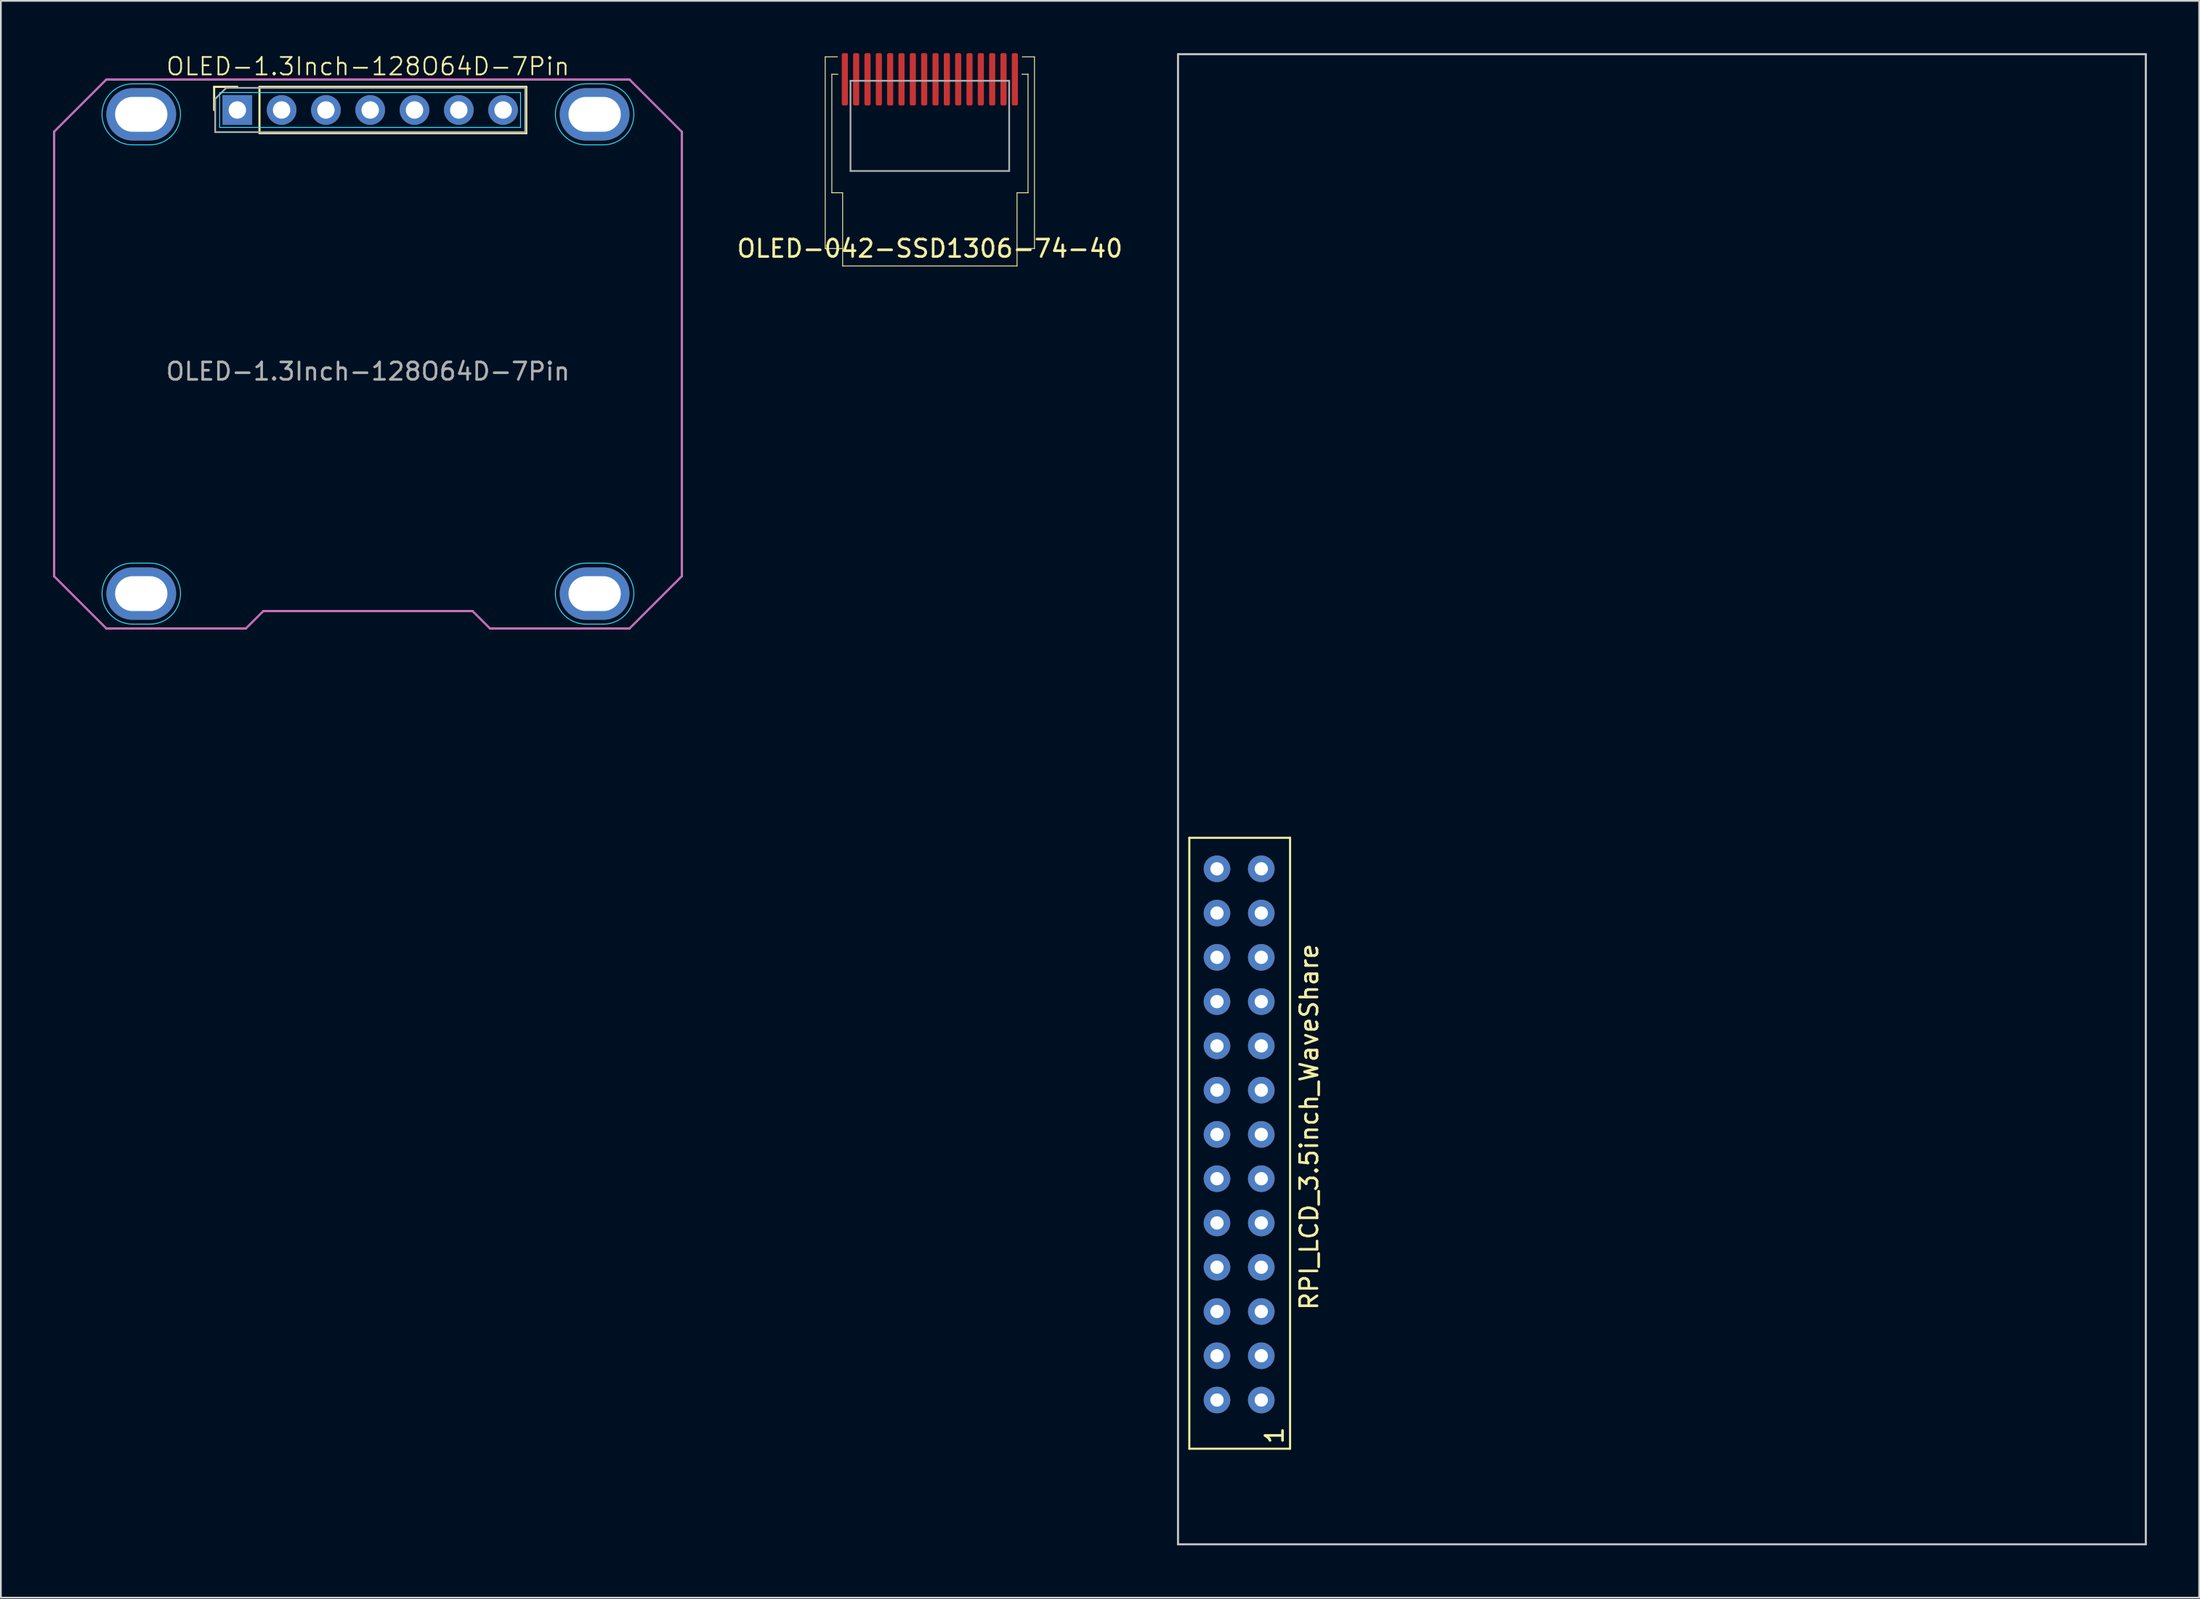
<source format=kicad_pcb>
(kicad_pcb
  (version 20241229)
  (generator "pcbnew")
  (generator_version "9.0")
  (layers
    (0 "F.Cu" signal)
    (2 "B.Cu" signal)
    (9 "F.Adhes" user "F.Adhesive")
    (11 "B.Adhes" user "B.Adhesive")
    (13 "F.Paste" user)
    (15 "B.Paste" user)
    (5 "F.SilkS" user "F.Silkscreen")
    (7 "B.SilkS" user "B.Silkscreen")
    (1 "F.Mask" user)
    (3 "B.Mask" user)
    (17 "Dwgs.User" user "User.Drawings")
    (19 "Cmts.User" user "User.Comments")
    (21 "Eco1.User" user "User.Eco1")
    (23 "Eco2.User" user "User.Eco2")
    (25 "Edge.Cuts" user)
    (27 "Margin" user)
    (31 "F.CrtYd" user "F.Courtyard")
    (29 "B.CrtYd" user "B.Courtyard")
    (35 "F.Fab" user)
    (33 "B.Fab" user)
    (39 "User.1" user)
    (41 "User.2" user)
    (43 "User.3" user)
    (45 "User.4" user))
  (footprint "OLED-042-SSD1306-74-40"
    (layer "F.Cu")
    (at 50.273 1.21)
    (property "Reference" "OLED-042-SSD1306-74-40" (at 0 10 0) (unlocked yes) (layer "F.SilkS") (effects (font (size 1 1) (thickness 0.15))))
    (attr smd)
    (fp_line (start -6 -1) (end -6 10) (stroke (width 0.05) (type solid)) (layer "F.SilkS"))
    (fp_line (start -6 -1) (end -5.3 -1) (stroke (width 0.05) (type solid)) (layer "F.SilkS"))
    (fp_line (start -5.62 0) (end -5.62 6.8) (stroke (width 0.05) (type solid)) (layer "F.SilkS"))
    (fp_line (start -5.62 6.8) (end -5 6.8) (stroke (width 0.05) (type solid)) (layer "F.SilkS"))
    (fp_line (start -5.27 0) (end -5.62 0) (stroke (width 0.05) (type solid)) (layer "F.SilkS"))
    (fp_line (start -5 6.8) (end -5 11) (stroke (width 0.05) (type solid)) (layer "F.SilkS"))
    (fp_line (start -5 10) (end -6 10) (stroke (width 0.05) (type solid)) (layer "F.SilkS"))
    (fp_line (start -5 11) (end 5 11) (stroke (width 0.05) (type solid)) (layer "F.SilkS"))
    (fp_line (start 5 11) (end 5 6.8) (stroke (width 0.05) (type solid)) (layer "F.SilkS"))
    (fp_line (start 5.28 0) (end 5.63 0) (stroke (width 0.05) (type solid)) (layer "F.SilkS"))
    (fp_line (start 5.63 -0.01) (end 5.63 6.79) (stroke (width 0.05) (type solid)) (layer "F.SilkS"))
    (fp_line (start 5.64 6.8) (end 5 6.8) (stroke (width 0.05) (type solid)) (layer "F.SilkS"))
    (fp_line (start 6 -1) (end 5.3 -1) (stroke (width 0.05) (type solid)) (layer "F.SilkS"))
    (fp_line (start 6 -1) (end 6 10) (stroke (width 0.05) (type solid)) (layer "F.SilkS"))
    (fp_line (start 6 10) (end 5 10) (stroke (width 0.05) (type solid)) (layer "F.SilkS"))
    (fp_line (start -4.55 0.375) (end -4.55 5.55) (stroke (width 0.1) (type solid)) (layer "F.Fab"))
    (fp_line (start -4.55 5.55) (end 4.55 5.55) (stroke (width 0.1) (type solid)) (layer "F.Fab"))
    (fp_line (start 0 0.375) (end -4.55 0.375) (stroke (width 0.1) (type solid)) (layer "F.Fab"))
    (fp_line (start 4.55 0.375) (end 0 0.375) (stroke (width 0.1) (type solid)) (layer "F.Fab"))
    (fp_line (start 4.55 5.55) (end 4.55 0.375) (stroke (width 0.1) (type solid)) (layer "F.Fab"))
    (pad "1" smd roundrect (at -4.875 0.29 90) (size 3 0.35) (layers "F.Cu" "F.Mask" "F.Paste") (roundrect_rratio 0.25))
    (pad "2" smd roundrect (at -4.225 0.29 90) (size 3 0.35) (layers "F.Cu" "F.Mask" "F.Paste") (roundrect_rratio 0.25))
    (pad "3" smd roundrect (at -3.575 0.29 90) (size 3 0.35) (layers "F.Cu" "F.Mask" "F.Paste") (roundrect_rratio 0.25))
    (pad "4" smd roundrect (at -2.925 0.29 90) (size 3 0.35) (layers "F.Cu" "F.Mask" "F.Paste") (roundrect_rratio 0.25))
    (pad "5" smd roundrect (at -2.275 0.29 90) (size 3 0.35) (layers "F.Cu" "F.Mask" "F.Paste") (roundrect_rratio 0.25))
    (pad "6" smd roundrect (at -1.625 0.29 90) (size 3 0.35) (layers "F.Cu" "F.Mask" "F.Paste") (roundrect_rratio 0.25))
    (pad "7" smd roundrect (at -0.975 0.29 90) (size 3 0.35) (layers "F.Cu" "F.Mask" "F.Paste") (roundrect_rratio 0.25))
    (pad "8" smd roundrect (at -0.325 0.29 90) (size 3 0.35) (layers "F.Cu" "F.Mask" "F.Paste") (roundrect_rratio 0.25))
    (pad "9" smd roundrect (at 0.325 0.29 90) (size 3 0.35) (layers "F.Cu" "F.Mask" "F.Paste") (roundrect_rratio 0.25))
    (pad "10" smd roundrect (at 0.975 0.29 90) (size 3 0.35) (layers "F.Cu" "F.Mask" "F.Paste") (roundrect_rratio 0.25))
    (pad "11" smd roundrect (at 1.625 0.29 90) (size 3 0.35) (layers "F.Cu" "F.Mask" "F.Paste") (roundrect_rratio 0.25))
    (pad "12" smd roundrect (at 2.275 0.29 90) (size 3 0.35) (layers "F.Cu" "F.Mask" "F.Paste") (roundrect_rratio 0.25))
    (pad "13" smd roundrect (at 2.925 0.29 90) (size 3 0.35) (layers "F.Cu" "F.Mask" "F.Paste") (roundrect_rratio 0.25))
    (pad "14" smd roundrect (at 3.575 0.29 90) (size 3 0.35) (layers "F.Cu" "F.Mask" "F.Paste") (roundrect_rratio 0.25))
    (pad "15" smd roundrect (at 4.225 0.29 90) (size 3 0.35) (layers "F.Cu" "F.Mask" "F.Paste") (roundrect_rratio 0.25))
    (pad "16" smd roundrect (at 4.875 0.29 90) (size 3 0.35) (layers "F.Cu" "F.Mask" "F.Paste") (roundrect_rratio 0.25)))
  (footprint "RPI_LCD_3.5inch_WaveShare"
    (layer "F.Cu")
    (at 66.74 77.28)
    (property "Reference" "RPI_LCD_3.5inch_WaveShare" (at 5.283 -15.672 90) (layer "F.SilkS") (effects (font (size 1 1) (thickness 0.15))))
    (attr through_hole)
    (fp_line (start -1.587 -32.258) (end -1.587 2.794) (stroke (width 0.12) (type solid)) (layer "F.SilkS"))
    (fp_line (start -1.587 2.794) (end 4.191 2.794) (stroke (width 0.12) (type solid)) (layer "F.SilkS"))
    (fp_line (start 4.191 -32.258) (end -1.587 -32.258) (stroke (width 0.12) (type solid)) (layer "F.SilkS"))
    (fp_line (start 4.191 2.794) (end 4.191 -32.258) (stroke (width 0.12) (type solid)) (layer "F.SilkS"))
    (fp_line (start -2.235 -77.22) (end -2.235 8.28) (stroke (width 0.12) (type solid)) (layer "Dwgs.User"))
    (fp_line (start -2.235 8.28) (end 53.265 8.28) (stroke (width 0.12) (type solid)) (layer "Dwgs.User"))
    (fp_line (start 53.265 -77.22) (end -2.235 -77.22) (stroke (width 0.12) (type solid)) (layer "Dwgs.User"))
    (fp_line (start 53.265 8.28) (end 53.265 -77.22) (stroke (width 0.12) (type solid)) (layer "Dwgs.User"))
    (fp_text user "1" (at 3.302 2.032 90) (layer "F.SilkS") (effects (font (size 1 1) (thickness 0.15))))
    (pad "1" thru_hole circle (at 2.54 0) (size 1.524 1.524) (drill 0.762) (layers "*.Cu" "*.Mask"))
    (pad "2" thru_hole circle (at 0 0) (size 1.524 1.524) (drill 0.762) (layers "*.Cu" "*.Mask"))
    (pad "3" thru_hole circle (at 2.54 -2.54) (size 1.524 1.524) (drill 0.762) (layers "*.Cu" "*.Mask"))
    (pad "4" thru_hole circle (at 0 -2.54) (size 1.524 1.524) (drill 0.762) (layers "*.Cu" "*.Mask"))
    (pad "5" thru_hole circle (at 2.54 -5.08) (size 1.524 1.524) (drill 0.762) (layers "*.Cu" "*.Mask"))
    (pad "6" thru_hole circle (at 0 -5.08) (size 1.524 1.524) (drill 0.762) (layers "*.Cu" "*.Mask"))
    (pad "7" thru_hole circle (at 2.54 -7.62) (size 1.524 1.524) (drill 0.762) (layers "*.Cu" "*.Mask"))
    (pad "8" thru_hole circle (at 0 -7.62) (size 1.524 1.524) (drill 0.762) (layers "*.Cu" "*.Mask"))
    (pad "9" thru_hole circle (at 2.54 -10.16) (size 1.524 1.524) (drill 0.762) (layers "*.Cu" "*.Mask"))
    (pad "10" thru_hole circle (at 0 -10.16) (size 1.524 1.524) (drill 0.762) (layers "*.Cu" "*.Mask"))
    (pad "11" thru_hole circle (at 2.54 -12.7) (size 1.524 1.524) (drill 0.762) (layers "*.Cu" "*.Mask"))
    (pad "12" thru_hole circle (at 0 -12.7) (size 1.524 1.524) (drill 0.762) (layers "*.Cu" "*.Mask"))
    (pad "13" thru_hole circle (at 2.54 -15.24) (size 1.524 1.524) (drill 0.762) (layers "*.Cu" "*.Mask"))
    (pad "14" thru_hole circle (at 0 -15.24) (size 1.524 1.524) (drill 0.762) (layers "*.Cu" "*.Mask"))
    (pad "15" thru_hole circle (at 2.54 -17.78) (size 1.524 1.524) (drill 0.762) (layers "*.Cu" "*.Mask"))
    (pad "16" thru_hole circle (at 0 -17.78) (size 1.524 1.524) (drill 0.762) (layers "*.Cu" "*.Mask"))
    (pad "17" thru_hole circle (at 2.54 -20.32) (size 1.524 1.524) (drill 0.762) (layers "*.Cu" "*.Mask"))
    (pad "18" thru_hole circle (at 0 -20.32) (size 1.524 1.524) (drill 0.762) (layers "*.Cu" "*.Mask"))
    (pad "19" thru_hole circle (at 2.54 -22.86) (size 1.524 1.524) (drill 0.762) (layers "*.Cu" "*.Mask"))
    (pad "20" thru_hole circle (at 0 -22.86) (size 1.524 1.524) (drill 0.762) (layers "*.Cu" "*.Mask"))
    (pad "21" thru_hole circle (at 2.54 -25.4) (size 1.524 1.524) (drill 0.762) (layers "*.Cu" "*.Mask"))
    (pad "22" thru_hole circle (at 0 -25.4) (size 1.524 1.524) (drill 0.762) (layers "*.Cu" "*.Mask"))
    (pad "23" thru_hole circle (at 2.54 -27.94) (size 1.524 1.524) (drill 0.762) (layers "*.Cu" "*.Mask"))
    (pad "24" thru_hole circle (at 0 -27.94) (size 1.524 1.524) (drill 0.762) (layers "*.Cu" "*.Mask"))
    (pad "25" thru_hole circle (at 2.54 -30.48) (size 1.524 1.524) (drill 0.762) (layers "*.Cu" "*.Mask"))
    (pad "26" thru_hole circle (at 0 -30.48) (size 1.524 1.524) (drill 0.762) (layers "*.Cu" "*.Mask")))
  (footprint "OLED-1.3Inch-128O64D-7Pin"
    (layer "F.Cu")
    (at 18.05 17.261)
    (property "Reference" "OLED-1.3Inch-128O64D-7Pin" (at 0 -16.5 0) (unlocked yes) (layer "F.SilkS") (effects (font (size 1 1) (thickness 0.1))))
    (attr through_hole)
    (fp_line (start -18 -12.75) (end -18 12.75) (stroke (width 0.1) (type default)) (layer "F.SilkS"))
    (fp_line (start -18 12.75) (end -15 15.75) (stroke (width 0.1) (type default)) (layer "F.SilkS"))
    (fp_line (start -15 -15.75) (end -18 -12.75) (stroke (width 0.1) (type default)) (layer "F.SilkS"))
    (fp_line (start -15 15.75) (end -7 15.75) (stroke (width 0.1) (type default)) (layer "F.SilkS"))
    (fp_line (start -8.82 -15.33) (end -7.49 -15.33) (stroke (width 0.12) (type solid)) (layer "F.SilkS"))
    (fp_line (start -8.82 -14) (end -8.82 -15.33) (stroke (width 0.12) (type solid)) (layer "F.SilkS"))
    (fp_line (start -7 15.75) (end -6 14.75) (stroke (width 0.1) (type default)) (layer "F.SilkS"))
    (fp_line (start -6.22 -15.33) (end 9.08 -15.33) (stroke (width 0.12) (type solid)) (layer "F.SilkS"))
    (fp_line (start -6.22 -12.67) (end -6.22 -15.33) (stroke (width 0.12) (type solid)) (layer "F.SilkS"))
    (fp_line (start -6.22 -12.67) (end 9.08 -12.67) (stroke (width 0.12) (type solid)) (layer "F.SilkS"))
    (fp_line (start -6 14.75) (end 6 14.75) (stroke (width 0.1) (type default)) (layer "F.SilkS"))
    (fp_line (start 6 14.75) (end 7 15.75) (stroke (width 0.1) (type default)) (layer "F.SilkS"))
    (fp_line (start 7 15.75) (end 15 15.75) (stroke (width 0.1) (type default)) (layer "F.SilkS"))
    (fp_line (start 9.08 -12.67) (end 9.08 -15.33) (stroke (width 0.12) (type solid)) (layer "F.SilkS"))
    (fp_line (start 15 -15.75) (end -15 -15.75) (stroke (width 0.1) (type default)) (layer "F.SilkS"))
    (fp_line (start 15 15.75) (end 18 12.75) (stroke (width 0.1) (type default)) (layer "F.SilkS"))
    (fp_line (start 18 -12.75) (end 15 -15.75) (stroke (width 0.1) (type default)) (layer "F.SilkS"))
    (fp_line (start 18 12.75) (end 18 -12.75) (stroke (width 0.1) (type default)) (layer "F.SilkS"))
    (fp_line (start -13.5 -15.5) (end -12.5 -15.5) (stroke (width 0.05) (type default)) (layer "B.CrtYd"))
    (fp_line (start -13.5 -12) (end -12.5 -12) (stroke (width 0.05) (type default)) (layer "B.CrtYd"))
    (fp_line (start -13.5 12) (end -12.5 12) (stroke (width 0.05) (type default)) (layer "B.CrtYd"))
    (fp_line (start -13.5 15.5) (end -12.5 15.5) (stroke (width 0.05) (type default)) (layer "B.CrtYd"))
    (fp_line (start -8.5 -15) (end -8.5 -13) (stroke (width 0.05) (type default)) (layer "B.CrtYd"))
    (fp_line (start -8.5 -13) (end 8.75 -13) (stroke (width 0.05) (type default)) (layer "B.CrtYd"))
    (fp_line (start 8.75 -15) (end -8.5 -15) (stroke (width 0.05) (type default)) (layer "B.CrtYd"))
    (fp_line (start 8.75 -13) (end 8.75 -15) (stroke (width 0.05) (type default)) (layer "B.CrtYd"))
    (fp_line (start 12.5 -15.5) (end 13.5 -15.5) (stroke (width 0.05) (type default)) (layer "B.CrtYd"))
    (fp_line (start 12.5 -12) (end 13.5 -12) (stroke (width 0.05) (type default)) (layer "B.CrtYd"))
    (fp_line (start 12.5 12) (end 13.5 12) (stroke (width 0.05) (type default)) (layer "B.CrtYd"))
    (fp_line (start 12.5 15.5) (end 13.5 15.5) (stroke (width 0.05) (type default)) (layer "B.CrtYd"))
    (fp_arc (start -13.5 -12) (mid -15.25 -13.75) (end -13.5 -15.5) (stroke (width 0.05) (type default)) (layer "B.CrtYd"))
    (fp_arc (start -13.5 15.5) (mid -15.25 13.75) (end -13.5 12) (stroke (width 0.05) (type default)) (layer "B.CrtYd"))
    (fp_arc (start -12.5 -15.5) (mid -10.75 -13.75) (end -12.5 -12) (stroke (width 0.05) (type default)) (layer "B.CrtYd"))
    (fp_arc (start -12.5 12) (mid -10.75 13.75) (end -12.5 15.5) (stroke (width 0.05) (type default)) (layer "B.CrtYd"))
    (fp_arc (start 12.5 -12) (mid 10.75 -13.75) (end 12.5 -15.5) (stroke (width 0.05) (type default)) (layer "B.CrtYd"))
    (fp_arc (start 12.5 15.5) (mid 10.75 13.75) (end 12.5 12) (stroke (width 0.05) (type default)) (layer "B.CrtYd"))
    (fp_arc (start 13.5 -15.5) (mid 15.25 -13.75) (end 13.5 -12) (stroke (width 0.05) (type default)) (layer "B.CrtYd"))
    (fp_arc (start 13.5 12) (mid 15.25 13.75) (end 13.5 15.5) (stroke (width 0.05) (type default)) (layer "B.CrtYd"))
    (fp_line (start -18 -12.75) (end -15 -15.75) (stroke (width 0.05) (type default)) (layer "F.CrtYd"))
    (fp_line (start -18 12.75) (end -18 -12.75) (stroke (width 0.05) (type default)) (layer "F.CrtYd"))
    (fp_line (start -15 -15.75) (end 15 -15.75) (stroke (width 0.05) (type default)) (layer "F.CrtYd"))
    (fp_line (start -15 15.75) (end -18 12.75) (stroke (width 0.05) (type default)) (layer "F.CrtYd"))
    (fp_line (start -15 15.75) (end -7 15.75) (stroke (width 0.05) (type default)) (layer "F.CrtYd"))
    (fp_line (start -7 15.75) (end -6 14.75) (stroke (width 0.05) (type default)) (layer "F.CrtYd"))
    (fp_line (start -6 14.75) (end 6 14.75) (stroke (width 0.05) (type default)) (layer "F.CrtYd"))
    (fp_line (start 6 14.75) (end 7 15.75) (stroke (width 0.05) (type default)) (layer "F.CrtYd"))
    (fp_line (start 7 15.75) (end 15 15.75) (stroke (width 0.05) (type default)) (layer "F.CrtYd"))
    (fp_line (start 15 -15.75) (end 18 -12.75) (stroke (width 0.05) (type default)) (layer "F.CrtYd"))
    (fp_line (start 18 -12.75) (end 18 12.75) (stroke (width 0.05) (type default)) (layer "F.CrtYd"))
    (fp_line (start 18 12.75) (end 15 15.75) (stroke (width 0.05) (type default)) (layer "F.CrtYd"))
    (fp_line (start -18 -12.75) (end -18 12.75) (stroke (width 0.1) (type default)) (layer "F.Fab"))
    (fp_line (start -18 12.75) (end -15 15.75) (stroke (width 0.1) (type default)) (layer "F.Fab"))
    (fp_line (start -15 -15.75) (end -18 -12.75) (stroke (width 0.1) (type default)) (layer "F.Fab"))
    (fp_line (start -15 15.75) (end -7 15.75) (stroke (width 0.1) (type default)) (layer "F.Fab"))
    (fp_line (start -8.76 -14.635) (end -8.125 -15.27) (stroke (width 0.1) (type solid)) (layer "F.Fab"))
    (fp_line (start -8.76 -12.73) (end -8.76 -14.635) (stroke (width 0.1) (type solid)) (layer "F.Fab"))
    (fp_line (start -8.125 -15.27) (end 9.02 -15.27) (stroke (width 0.1) (type solid)) (layer "F.Fab"))
    (fp_line (start -7 15.75) (end -6 14.75) (stroke (width 0.1) (type default)) (layer "F.Fab"))
    (fp_line (start -6 14.75) (end 6 14.75) (stroke (width 0.1) (type default)) (layer "F.Fab"))
    (fp_line (start 6 14.75) (end 7 15.75) (stroke (width 0.1) (type default)) (layer "F.Fab"))
    (fp_line (start 7 15.75) (end 15 15.75) (stroke (width 0.1) (type default)) (layer "F.Fab"))
    (fp_line (start 9.02 -15.27) (end 9.02 -12.73) (stroke (width 0.1) (type solid)) (layer "F.Fab"))
    (fp_line (start 9.02 -12.73) (end -8.76 -12.73) (stroke (width 0.1) (type solid)) (layer "F.Fab"))
    (fp_line (start 15 -15.75) (end -15 -15.75) (stroke (width 0.1) (type default)) (layer "F.Fab"))
    (fp_line (start 15 15.75) (end 18 12.75) (stroke (width 0.1) (type default)) (layer "F.Fab"))
    (fp_line (start 18 -12.75) (end 15 -15.75) (stroke (width 0.1) (type default)) (layer "F.Fab"))
    (fp_line (start 18 12.75) (end 18 -12.75) (stroke (width 0.1) (type default)) (layer "F.Fab"))
    (fp_text user "${REFERENCE}" (at 0 1 0) (unlocked yes) (layer "F.Fab") (effects (font (size 1 1) (thickness 0.15))))
    (pad "" thru_hole oval (at -13 -13.75) (size 4 3) (drill oval 3 2) (layers "*.Cu" "*.Mask"))
    (pad "" thru_hole oval (at -13 13.75) (size 4 3) (drill oval 3 2) (layers "*.Cu" "*.Mask"))
    (pad "" thru_hole oval (at 13 -13.75) (size 4 3) (drill oval 3 2) (layers "*.Cu" "*.Mask"))
    (pad "" thru_hole oval (at 13 13.75) (size 4 3) (drill oval 3 2) (layers "*.Cu" "*.Mask"))
    (pad "1" thru_hole rect (at -7.49 -14 90) (size 1.7 1.7) (drill 1) (layers "*.Cu" "*.Mask"))
    (pad "2" thru_hole oval (at -4.95 -14 90) (size 1.7 1.7) (drill 1) (layers "*.Cu" "*.Mask"))
    (pad "3" thru_hole oval (at -2.41 -14 90) (size 1.7 1.7) (drill 1) (layers "*.Cu" "*.Mask"))
    (pad "4" thru_hole oval (at 0.13 -14 90) (size 1.7 1.7) (drill 1) (layers "*.Cu" "*.Mask"))
    (pad "5" thru_hole oval (at 2.67 -14 90) (size 1.7 1.7) (drill 1) (layers "*.Cu" "*.Mask"))
    (pad "6" thru_hole oval (at 5.21 -14 90) (size 1.7 1.7) (drill 1) (layers "*.Cu" "*.Mask"))
    (pad "7" thru_hole oval (at 7.75 -14 90) (size 1.7 1.7) (drill 1) (layers "*.Cu" "*.Mask")))
  (gr_rect
    (start -3 -3)
    (end 123.065 88.62)
    (stroke (width 0.1) (type default))
    (fill no)
    (layer "Edge.Cuts")))
</source>
